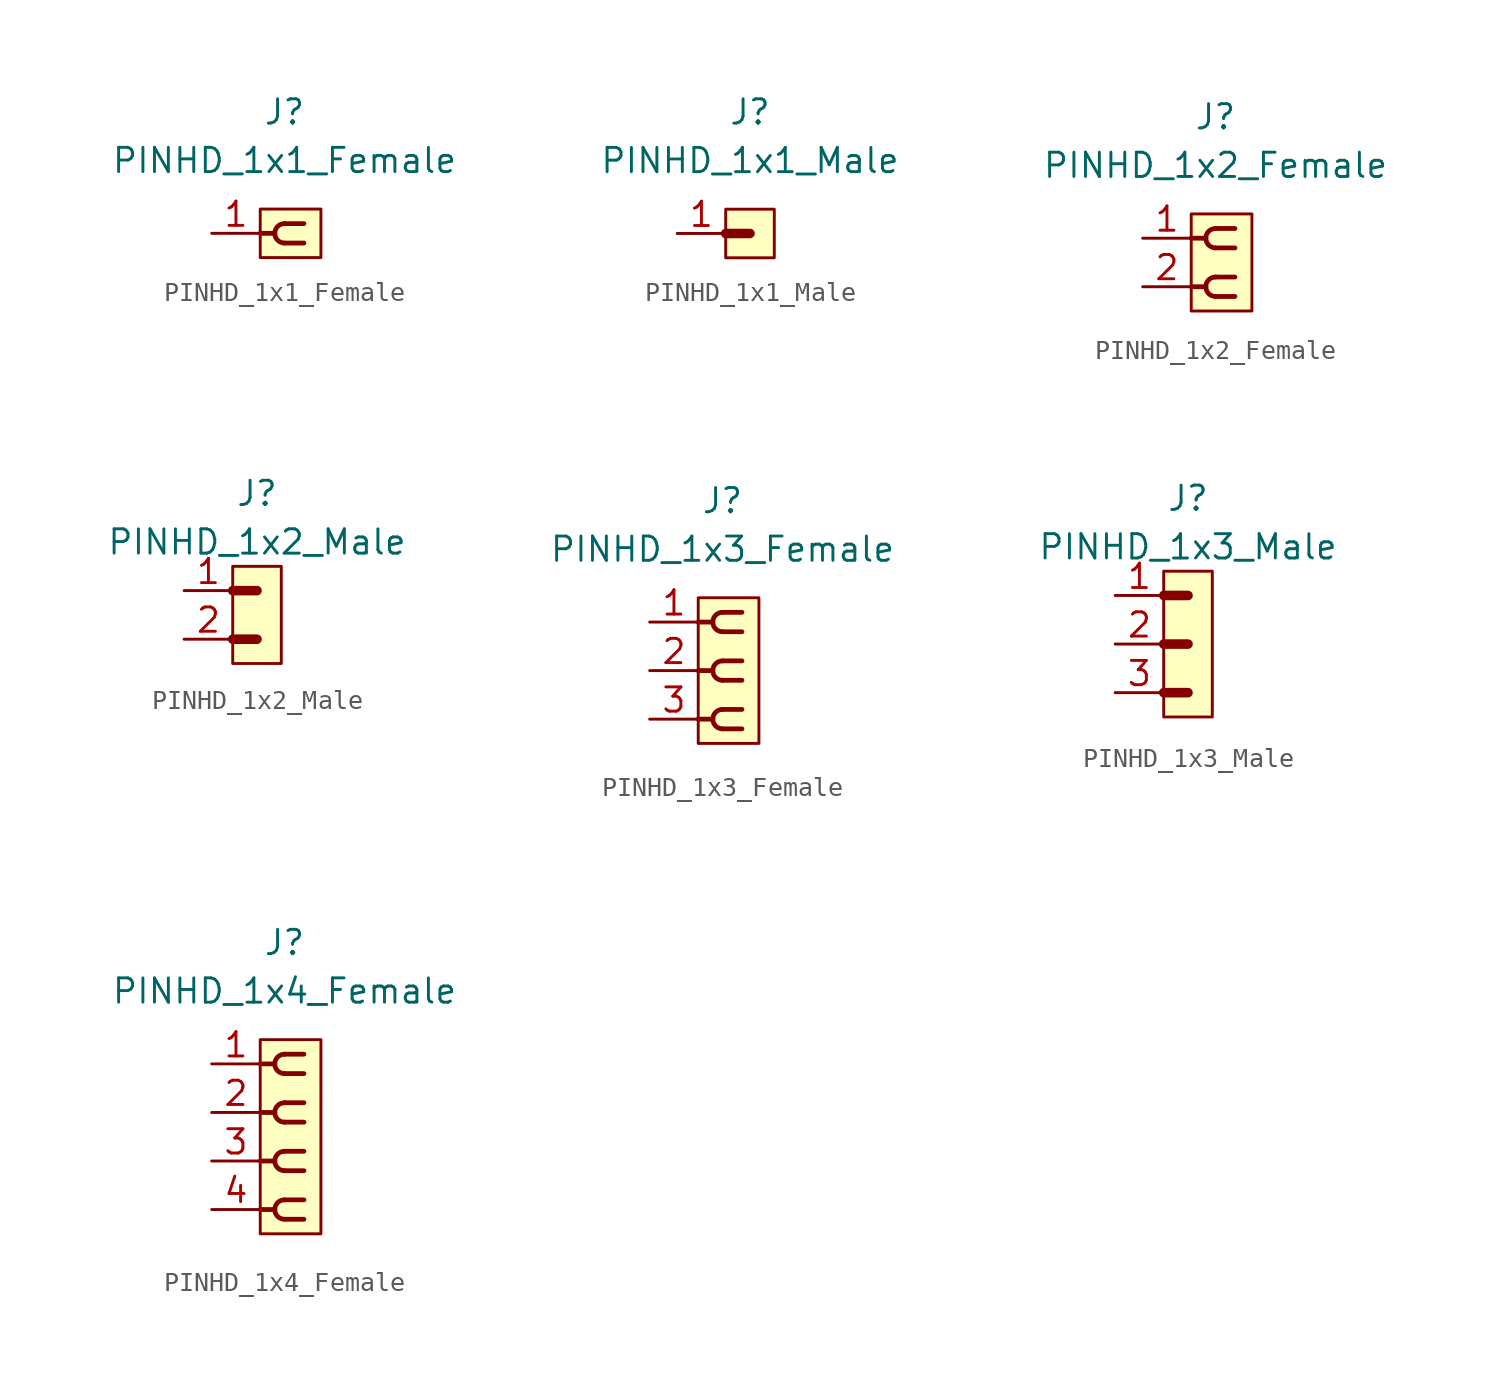
<source format=kicad_sym>
(kicad_symbol_lib
  (version 20220914)
  (generator kicad_symbol_editor)
  (symbol "PINHD_1x1_Female"
    (property "Reference" "J"
      (at 0 6.35 0)
      (effects (font (size 1.27 1.27))))
    (property "Value" "PINHD_1x1_Female"
      (at 0 3.81 0)
      (effects (font (size 1.27 1.27))))
    (symbol "PINHD_1x1_Female_0_1"
      (rectangle (start -1.27 1.27) (end 1.905 -1.27) (stroke (width 0) (type default)) (fill (type background)))
      (arc (start -0.508 0) (mid -0.3592 -0.3592) (end 0 -0.508) (stroke (width 0.25) (type default)) (fill (type none)))
      (polyline (pts (xy -1.27 0) (xy -0.508 0)) (stroke (width 0.25) (type default)) (fill (type none)))
      (polyline (pts (xy 0 -0.508) (xy 1.016 -0.508)) (stroke (width 0.25) (type default)) (fill (type none)))
      (polyline (pts (xy 0 0.508) (xy 1.016 0.508)) (stroke (width 0.25) (type default)) (fill (type none)))
      (arc (start 0 0.508) (mid -0.3592 0.3592) (end -0.508 0) (stroke (width 0.25) (type default)) (fill (type none))))
    (symbol "PINHD_1x1_Female_1_1"
      (pin passive line (at -3.81 0 0) (length 2.54) (name "" (effects (font (size 1.27 1.27)))) (number "1" (effects (font (size 1.27 1.27)))))))
  (symbol "PINHD_1x1_Male"
    (property "Reference" "J"
      (at 0 6.35 0)
      (effects (font (size 1.27 1.27))))
    (property "Value" "PINHD_1x1_Male"
      (at 0 3.81 0)
      (effects (font (size 1.27 1.27))))
    (symbol "PINHD_1x1_Male_0_1"
      (rectangle (start -1.27 1.27) (end 1.27 -1.27) (stroke (width 0) (type default)) (fill (type background)))
      (polyline (pts (xy -1.27 0) (xy 0 0)) (stroke (width 0.3) (type default)) (fill (type none)))
      (polyline (pts (xy -1.27 0) (xy 0 0)) (stroke (width 0.5) (type default)) (fill (type none))))
    (symbol "PINHD_1x1_Male_1_1"
      (pin passive line (at -3.81 0 0) (length 2.54) (name "" (effects (font (size 1.27 1.27)))) (number "1" (effects (font (size 1.27 1.27)))))))
  (symbol "PINHD_1x2_Female"
    (property "Reference" "J"
      (at 0 7.62 0)
      (effects (font (size 1.27 1.27))))
    (property "Value" "PINHD_1x2_Female"
      (at 0 5.08 0)
      (effects (font (size 1.27 1.27))))
    (symbol "PINHD_1x2_Female_0_1"
      (rectangle (start -1.27 2.54) (end 1.905 -2.54) (stroke (width 0) (type default)) (fill (type background)))
      (arc (start -0.508 -1.27) (mid -0.3592 -1.6292) (end 0 -1.778) (stroke (width 0.25) (type default)) (fill (type none)))
      (arc (start -0.508 1.27) (mid -0.3592 0.9108) (end 0 0.762) (stroke (width 0.25) (type default)) (fill (type none)))
      (arc (start 0 -0.762) (mid -0.3592 -0.9108) (end -0.508 -1.27) (stroke (width 0.25) (type default)) (fill (type none)))
      (polyline (pts (xy -1.27 -1.27) (xy -0.508 -1.27)) (stroke (width 0.25) (type default)) (fill (type none)))
      (polyline (pts (xy -1.27 1.27) (xy -0.508 1.27)) (stroke (width 0.25) (type default)) (fill (type none)))
      (polyline (pts (xy 0 -1.778) (xy 1.016 -1.778)) (stroke (width 0.25) (type default)) (fill (type none)))
      (polyline (pts (xy 0 -0.762) (xy 1.016 -0.762)) (stroke (width 0.25) (type default)) (fill (type none)))
      (polyline (pts (xy 0 0.762) (xy 1.016 0.762)) (stroke (width 0.25) (type default)) (fill (type none)))
      (polyline (pts (xy 0 1.778) (xy 1.016 1.778)) (stroke (width 0.25) (type default)) (fill (type none)))
      (arc (start 0 1.778) (mid -0.3592 1.6292) (end -0.508 1.27) (stroke (width 0.25) (type default)) (fill (type none))))
    (symbol "PINHD_1x2_Female_1_1"
      (pin passive line (at -3.81 1.27 0) (length 2.54) (name "" (effects (font (size 1.27 1.27)))) (number "1" (effects (font (size 1.27 1.27)))))
      (pin passive line (at -3.81 -1.27 0) (length 2.54) (name "" (effects (font (size 1.27 1.27)))) (number "2" (effects (font (size 1.27 1.27)))))))
  (symbol "PINHD_1x2_Male"
    (property "Reference" "J"
      (at 0 6.35 0)
      (effects (font (size 1.27 1.27))))
    (property "Value" "PINHD_1x2_Male"
      (at 0 3.81 0)
      (effects (font (size 1.27 1.27))))
    (symbol "PINHD_1x2_Male_0_1"
      (rectangle (start -1.27 2.54) (end 1.27 -2.54) (stroke (width 0) (type default)) (fill (type background)))
      (polyline (pts (xy -1.27 -1.27) (xy 0 -1.27)) (stroke (width 0.3) (type default)) (fill (type none)))
      (polyline (pts (xy -1.27 -1.27) (xy 0 -1.27)) (stroke (width 0.5) (type default)) (fill (type none)))
      (polyline (pts (xy -1.27 1.27) (xy 0 1.27)) (stroke (width 0.3) (type default)) (fill (type none)))
      (polyline (pts (xy -1.27 1.27) (xy 0 1.27)) (stroke (width 0.5) (type default)) (fill (type none))))
    (symbol "PINHD_1x2_Male_1_1"
      (pin passive line (at -3.81 1.27 0) (length 2.54) (name "" (effects (font (size 1.27 1.27)))) (number "1" (effects (font (size 1.27 1.27)))))
      (pin passive line (at -3.81 -1.27 0) (length 2.54) (name "" (effects (font (size 1.27 1.27)))) (number "2" (effects (font (size 1.27 1.27)))))))
  (symbol "PINHD_1x3_Female"
    (property "Reference" "J"
      (at 0 8.89 0)
      (effects (font (size 1.27 1.27))))
    (property "Value" "PINHD_1x3_Female"
      (at 0 6.35 0)
      (effects (font (size 1.27 1.27))))
    (symbol "PINHD_1x3_Female_0_1"
      (rectangle (start -1.27 3.81) (end 1.905 -3.81) (stroke (width 0) (type default)) (fill (type background)))
      (arc (start -0.508 -2.54) (mid -0.3592 -2.8992) (end 0 -3.048) (stroke (width 0.25) (type default)) (fill (type none)))
      (arc (start -0.508 0) (mid -0.3592 -0.3592) (end 0 -0.508) (stroke (width 0.25) (type default)) (fill (type none)))
      (arc (start -0.508 2.54) (mid -0.3592 2.1808) (end 0 2.032) (stroke (width 0.25) (type default)) (fill (type none)))
      (arc (start 0 -2.032) (mid -0.3592 -2.1808) (end -0.508 -2.54) (stroke (width 0.25) (type default)) (fill (type none)))
      (polyline (pts (xy -1.27 -2.54) (xy -0.508 -2.54)) (stroke (width 0.25) (type default)) (fill (type none)))
      (polyline (pts (xy -1.27 0) (xy -0.508 0)) (stroke (width 0.25) (type default)) (fill (type none)))
      (polyline (pts (xy -1.27 2.54) (xy -0.508 2.54)) (stroke (width 0.25) (type default)) (fill (type none)))
      (polyline (pts (xy 0 -3.048) (xy 1.016 -3.048)) (stroke (width 0.25) (type default)) (fill (type none)))
      (polyline (pts (xy 0 -2.032) (xy 1.016 -2.032)) (stroke (width 0.25) (type default)) (fill (type none)))
      (polyline (pts (xy 0 -0.508) (xy 1.016 -0.508)) (stroke (width 0.25) (type default)) (fill (type none)))
      (polyline (pts (xy 0 0.508) (xy 1.016 0.508)) (stroke (width 0.25) (type default)) (fill (type none)))
      (polyline (pts (xy 0 2.032) (xy 1.016 2.032)) (stroke (width 0.25) (type default)) (fill (type none)))
      (polyline (pts (xy 0 3.048) (xy 1.016 3.048)) (stroke (width 0.25) (type default)) (fill (type none)))
      (arc (start 0 0.508) (mid -0.3592 0.3592) (end -0.508 0) (stroke (width 0.25) (type default)) (fill (type none)))
      (arc (start 0 3.048) (mid -0.3592 2.8992) (end -0.508 2.54) (stroke (width 0.25) (type default)) (fill (type none))))
    (symbol "PINHD_1x3_Female_1_1"
      (pin passive line (at -3.81 2.54 0) (length 2.54) (name "" (effects (font (size 1.27 1.27)))) (number "1" (effects (font (size 1.27 1.27)))))
      (pin passive line (at -3.81 0 0) (length 2.54) (name "" (effects (font (size 1.27 1.27)))) (number "2" (effects (font (size 1.27 1.27)))))
      (pin passive line (at -3.81 -2.54 0) (length 2.54) (name "" (effects (font (size 1.27 1.27)))) (number "3" (effects (font (size 1.27 1.27)))))))
  (symbol "PINHD_1x3_Male"
    (property "Reference" "J"
      (at 0 7.62 0)
      (effects (font (size 1.27 1.27))))
    (property "Value" "PINHD_1x3_Male"
      (at 0 5.08 0)
      (effects (font (size 1.27 1.27))))
    (symbol "PINHD_1x3_Male_0_1"
      (rectangle (start -1.27 3.81) (end 1.27 -3.81) (stroke (width 0) (type default)) (fill (type background)))
      (polyline (pts (xy -1.27 -2.54) (xy 0 -2.54)) (stroke (width 0.3) (type default)) (fill (type none)))
      (polyline (pts (xy -1.27 -2.54) (xy 0 -2.54)) (stroke (width 0.5) (type default)) (fill (type none)))
      (polyline (pts (xy -1.27 0) (xy 0 0)) (stroke (width 0.3) (type default)) (fill (type none)))
      (polyline (pts (xy -1.27 0) (xy 0 0)) (stroke (width 0.5) (type default)) (fill (type none)))
      (polyline (pts (xy -1.27 2.54) (xy 0 2.54)) (stroke (width 0.3) (type default)) (fill (type none)))
      (polyline (pts (xy -1.27 2.54) (xy 0 2.54)) (stroke (width 0.5) (type default)) (fill (type none))))
    (symbol "PINHD_1x3_Male_1_1"
      (pin passive line (at -3.81 2.54 0) (length 2.54) (name "" (effects (font (size 1.27 1.27)))) (number "1" (effects (font (size 1.27 1.27)))))
      (pin passive line (at -3.81 0 0) (length 2.54) (name "" (effects (font (size 1.27 1.27)))) (number "2" (effects (font (size 1.27 1.27)))))
      (pin passive line (at -3.81 -2.54 0) (length 2.54) (name "" (effects (font (size 1.27 1.27)))) (number "3" (effects (font (size 1.27 1.27)))))))
  (symbol "PINHD_1x4_Female"
    (property "Reference" "J"
      (at 0 10.16 0)
      (effects (font (size 1.27 1.27))))
    (property "Value" "PINHD_1x4_Female"
      (at 0 7.62 0)
      (effects (font (size 1.27 1.27))))
    (symbol "PINHD_1x4_Female_0_1"
      (rectangle (start -1.27 5.08) (end 1.905 -5.08) (stroke (width 0) (type default)) (fill (type background)))
      (arc (start -0.508 -3.81) (mid -0.3592 -4.1692) (end 0 -4.318) (stroke (width 0.25) (type default)) (fill (type none)))
      (arc (start -0.508 -1.27) (mid -0.3592 -1.6292) (end 0 -1.778) (stroke (width 0.25) (type default)) (fill (type none)))
      (arc (start -0.508 1.27) (mid -0.3592 0.9108) (end 0 0.762) (stroke (width 0.25) (type default)) (fill (type none)))
      (arc (start -0.508 3.81) (mid -0.3592 3.4508) (end 0 3.302) (stroke (width 0.25) (type default)) (fill (type none)))
      (arc (start 0 -3.302) (mid -0.3592 -3.4508) (end -0.508 -3.81) (stroke (width 0.25) (type default)) (fill (type none)))
      (arc (start 0 -0.762) (mid -0.3592 -0.9108) (end -0.508 -1.27) (stroke (width 0.25) (type default)) (fill (type none)))
      (polyline (pts (xy -1.27 -3.81) (xy -0.508 -3.81)) (stroke (width 0.25) (type default)) (fill (type none)))
      (polyline (pts (xy -1.27 -1.27) (xy -0.508 -1.27)) (stroke (width 0.25) (type default)) (fill (type none)))
      (polyline (pts (xy -1.27 1.27) (xy -0.508 1.27)) (stroke (width 0.25) (type default)) (fill (type none)))
      (polyline (pts (xy -1.27 3.81) (xy -0.508 3.81)) (stroke (width 0.25) (type default)) (fill (type none)))
      (polyline (pts (xy 0 -4.318) (xy 1.016 -4.318)) (stroke (width 0.25) (type default)) (fill (type none)))
      (polyline (pts (xy 0 -3.302) (xy 1.016 -3.302)) (stroke (width 0.25) (type default)) (fill (type none)))
      (polyline (pts (xy 0 -1.778) (xy 1.016 -1.778)) (stroke (width 0.25) (type default)) (fill (type none)))
      (polyline (pts (xy 0 -0.762) (xy 1.016 -0.762)) (stroke (width 0.25) (type default)) (fill (type none)))
      (polyline (pts (xy 0 0.762) (xy 1.016 0.762)) (stroke (width 0.25) (type default)) (fill (type none)))
      (polyline (pts (xy 0 1.778) (xy 1.016 1.778)) (stroke (width 0.25) (type default)) (fill (type none)))
      (polyline (pts (xy 0 3.302) (xy 1.016 3.302)) (stroke (width 0.25) (type default)) (fill (type none)))
      (polyline (pts (xy 0 4.318) (xy 1.016 4.318)) (stroke (width 0.25) (type default)) (fill (type none)))
      (arc (start 0 1.778) (mid -0.3592 1.6292) (end -0.508 1.27) (stroke (width 0.25) (type default)) (fill (type none)))
      (arc (start 0 4.318) (mid -0.3592 4.1692) (end -0.508 3.81) (stroke (width 0.25) (type default)) (fill (type none))))
    (symbol "PINHD_1x4_Female_1_1"
      (pin passive line (at -3.81 3.81 0) (length 2.54) (name "" (effects (font (size 1.27 1.27)))) (number "1" (effects (font (size 1.27 1.27)))))
      (pin passive line (at -3.81 1.27 0) (length 2.54) (name "" (effects (font (size 1.27 1.27)))) (number "2" (effects (font (size 1.27 1.27)))))
      (pin passive line (at -3.81 -1.27 0) (length 2.54) (name "" (effects (font (size 1.27 1.27)))) (number "3" (effects (font (size 1.27 1.27)))))
      (pin passive line (at -3.81 -3.81 0) (length 2.54) (name "" (effects (font (size 1.27 1.27)))) (number "4" (effects (font (size 1.27 1.27))))))))
</source>
